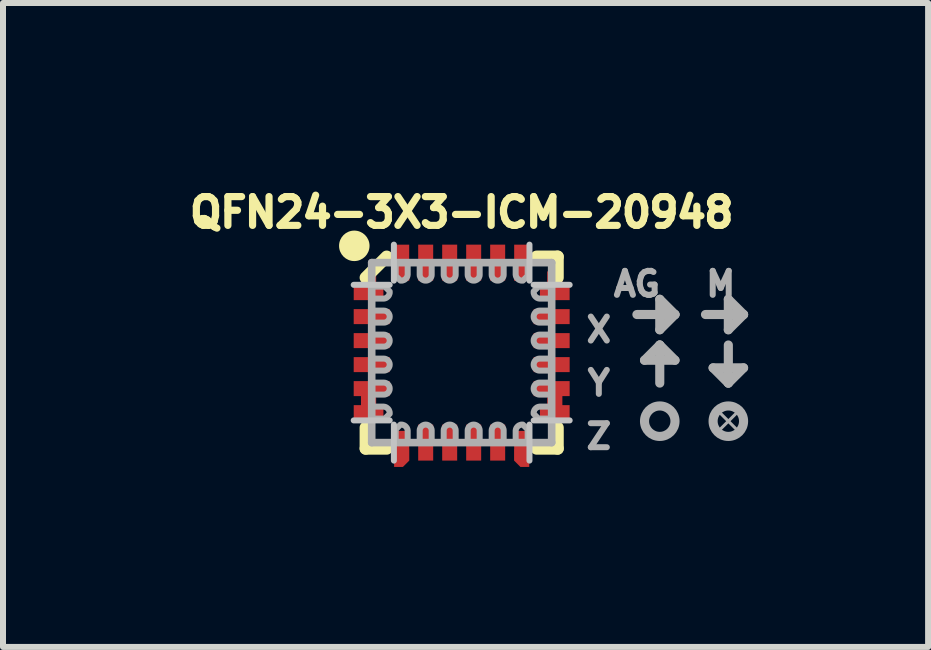
<source format=kicad_pcb>
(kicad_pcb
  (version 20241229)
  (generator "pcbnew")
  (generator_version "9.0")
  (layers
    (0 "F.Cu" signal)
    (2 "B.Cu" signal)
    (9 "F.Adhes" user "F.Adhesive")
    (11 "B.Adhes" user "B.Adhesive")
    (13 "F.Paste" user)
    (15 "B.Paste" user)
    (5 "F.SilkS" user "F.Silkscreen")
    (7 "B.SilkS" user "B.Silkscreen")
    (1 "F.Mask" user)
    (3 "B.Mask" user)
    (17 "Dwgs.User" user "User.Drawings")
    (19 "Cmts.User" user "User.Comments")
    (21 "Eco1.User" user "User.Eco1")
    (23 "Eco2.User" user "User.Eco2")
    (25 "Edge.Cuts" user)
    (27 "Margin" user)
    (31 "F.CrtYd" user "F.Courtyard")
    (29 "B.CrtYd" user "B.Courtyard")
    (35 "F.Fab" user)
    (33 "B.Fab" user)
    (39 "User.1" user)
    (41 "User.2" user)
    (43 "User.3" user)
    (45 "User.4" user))
  (footprint "QFN24-3X3-ICM-20948"
    (layer "F.Cu")
    (at 4.646 2.828)
    (property "Reference" "QFN24-3X3-ICM-20948" (at 0 -2.337 0) (layer "F.SilkS") (effects (font (size 0.48 0.48) (thickness 0.15))))
    (attr through_hole)
    (fp_poly (pts (xy -1.203 -1.226) (xy -1.099 -1.226) (xy -1.099 -0.773) (xy -1.203 -0.773)) (stroke (width 0.01) (type solid)) (fill yes) (layer "F.Mask"))
    (fp_poly (pts (xy -1.203 0.773) (xy -1.099 0.773) (xy -1.099 1.226) (xy -1.203 1.226)) (stroke (width 0.01) (type solid)) (fill yes) (layer "F.Mask"))
    (fp_poly (pts (xy -1.052 -1.377) (xy -0.948 -1.377) (xy -0.948 -0.924) (xy -1.052 -0.924)) (stroke (width 0.01) (type solid)) (fill yes) (layer "F.Mask"))
    (fp_poly (pts (xy -1.052 0.924) (xy -0.948 0.924) (xy -0.948 1.377) (xy -1.052 1.377)) (stroke (width 0.01) (type solid)) (fill yes) (layer "F.Mask"))
    (fp_poly (pts (xy 0.948 -1.377) (xy 1.052 -1.377) (xy 1.052 -0.924) (xy 0.948 -0.924)) (stroke (width 0.01) (type solid)) (fill yes) (layer "F.Mask"))
    (fp_poly (pts (xy 0.948 0.924) (xy 1.052 0.924) (xy 1.052 1.377) (xy 0.948 1.377)) (stroke (width 0.01) (type solid)) (fill yes) (layer "F.Mask"))
    (fp_poly (pts (xy 1.099 -1.226) (xy 1.203 -1.226) (xy 1.203 -0.773) (xy 1.099 -0.773)) (stroke (width 0.01) (type solid)) (fill yes) (layer "F.Mask"))
    (fp_poly (pts (xy 1.099 0.773) (xy 1.203 0.773) (xy 1.203 1.226) (xy 1.099 1.226)) (stroke (width 0.01) (type solid)) (fill yes) (layer "F.Mask"))
    (fp_line (start -1.6 -1.25) (end -1.25 -1.6) (stroke (width 0.203) (type solid)) (layer "F.SilkS"))
    (fp_line (start -1.6 1.25) (end -1.6 1.6) (stroke (width 0.203) (type solid)) (layer "F.SilkS"))
    (fp_line (start -1.6 1.6) (end -1.25 1.6) (stroke (width 0.203) (type solid)) (layer "F.SilkS"))
    (fp_line (start 1.25 1.6) (end 1.6 1.6) (stroke (width 0.203) (type solid)) (layer "F.SilkS"))
    (fp_line (start 1.6 -1.6) (end 1.25 -1.6) (stroke (width 0.203) (type solid)) (layer "F.SilkS"))
    (fp_line (start 1.6 -1.25) (end 1.6 -1.6) (stroke (width 0.203) (type solid)) (layer "F.SilkS"))
    (fp_line (start 1.6 1.6) (end 1.6 1.25) (stroke (width 0.203) (type solid)) (layer "F.SilkS"))
    (fp_circle (center -1.79 -1.78) (end -1.536 -1.78) (stroke (width 0) (type solid)) (fill yes) (layer "F.SilkS"))
    (fp_poly (pts (xy -1.725 -1.125) (xy -1.275 -1.125) (xy -1.275 -0.875) (xy -1.725 -0.875)) (stroke (width 0.01) (type solid)) (fill yes) (layer "F.Paste"))
    (fp_poly (pts (xy -1.725 -0.725) (xy -1.275 -0.725) (xy -1.275 -0.475) (xy -1.725 -0.475)) (stroke (width 0.01) (type solid)) (fill yes) (layer "F.Paste"))
    (fp_poly (pts (xy -1.725 -0.325) (xy -1.275 -0.325) (xy -1.275 -0.075) (xy -1.725 -0.075)) (stroke (width 0.01) (type solid)) (fill yes) (layer "F.Paste"))
    (fp_poly (pts (xy -1.725 0.075) (xy -1.275 0.075) (xy -1.275 0.325) (xy -1.725 0.325)) (stroke (width 0.01) (type solid)) (fill yes) (layer "F.Paste"))
    (fp_poly (pts (xy -1.725 0.475) (xy -1.275 0.475) (xy -1.275 0.725) (xy -1.725 0.725)) (stroke (width 0.01) (type solid)) (fill yes) (layer "F.Paste"))
    (fp_poly (pts (xy -1.725 0.875) (xy -1.275 0.875) (xy -1.275 1.125) (xy -1.725 1.125)) (stroke (width 0.01) (type solid)) (fill yes) (layer "F.Paste"))
    (fp_poly (pts (xy -1.225 -1.625) (xy -0.775 -1.625) (xy -0.775 -1.375) (xy -1.225 -1.375)) (stroke (width 0.01) (type solid)) (fill yes) (layer "F.Paste"))
    (fp_poly (pts (xy -1.225 1.375) (xy -0.775 1.375) (xy -0.775 1.625) (xy -1.225 1.625)) (stroke (width 0.01) (type solid)) (fill yes) (layer "F.Paste"))
    (fp_poly (pts (xy -0.825 -1.625) (xy -0.375 -1.625) (xy -0.375 -1.375) (xy -0.825 -1.375)) (stroke (width 0.01) (type solid)) (fill yes) (layer "F.Paste"))
    (fp_poly (pts (xy -0.825 1.375) (xy -0.375 1.375) (xy -0.375 1.625) (xy -0.825 1.625)) (stroke (width 0.01) (type solid)) (fill yes) (layer "F.Paste"))
    (fp_poly (pts (xy -0.425 -1.625) (xy 0.025 -1.625) (xy 0.025 -1.375) (xy -0.425 -1.375)) (stroke (width 0.01) (type solid)) (fill yes) (layer "F.Paste"))
    (fp_poly (pts (xy -0.425 1.375) (xy 0.025 1.375) (xy 0.025 1.625) (xy -0.425 1.625)) (stroke (width 0.01) (type solid)) (fill yes) (layer "F.Paste"))
    (fp_poly (pts (xy -0.025 -1.625) (xy 0.425 -1.625) (xy 0.425 -1.375) (xy -0.025 -1.375)) (stroke (width 0.01) (type solid)) (fill yes) (layer "F.Paste"))
    (fp_poly (pts (xy -0.025 1.375) (xy 0.425 1.375) (xy 0.425 1.625) (xy -0.025 1.625)) (stroke (width 0.01) (type solid)) (fill yes) (layer "F.Paste"))
    (fp_poly (pts (xy 0.375 -1.625) (xy 0.825 -1.625) (xy 0.825 -1.375) (xy 0.375 -1.375)) (stroke (width 0.01) (type solid)) (fill yes) (layer "F.Paste"))
    (fp_poly (pts (xy 0.375 1.375) (xy 0.825 1.375) (xy 0.825 1.625) (xy 0.375 1.625)) (stroke (width 0.01) (type solid)) (fill yes) (layer "F.Paste"))
    (fp_poly (pts (xy 0.775 -1.625) (xy 1.225 -1.625) (xy 1.225 -1.375) (xy 0.775 -1.375)) (stroke (width 0.01) (type solid)) (fill yes) (layer "F.Paste"))
    (fp_poly (pts (xy 0.775 1.375) (xy 1.225 1.375) (xy 1.225 1.625) (xy 0.775 1.625)) (stroke (width 0.01) (type solid)) (fill yes) (layer "F.Paste"))
    (fp_poly (pts (xy 1.275 -1.125) (xy 1.725 -1.125) (xy 1.725 -0.875) (xy 1.275 -0.875)) (stroke (width 0.01) (type solid)) (fill yes) (layer "F.Paste"))
    (fp_poly (pts (xy 1.275 -0.725) (xy 1.725 -0.725) (xy 1.725 -0.475) (xy 1.275 -0.475)) (stroke (width 0.01) (type solid)) (fill yes) (layer "F.Paste"))
    (fp_poly (pts (xy 1.275 -0.325) (xy 1.725 -0.325) (xy 1.725 -0.075) (xy 1.275 -0.075)) (stroke (width 0.01) (type solid)) (fill yes) (layer "F.Paste"))
    (fp_poly (pts (xy 1.275 0.075) (xy 1.725 0.075) (xy 1.725 0.325) (xy 1.275 0.325)) (stroke (width 0.01) (type solid)) (fill yes) (layer "F.Paste"))
    (fp_poly (pts (xy 1.275 0.475) (xy 1.725 0.475) (xy 1.725 0.725) (xy 1.275 0.725)) (stroke (width 0.01) (type solid)) (fill yes) (layer "F.Paste"))
    (fp_poly (pts (xy 1.275 0.875) (xy 1.725 0.875) (xy 1.725 1.125) (xy 1.275 1.125)) (stroke (width 0.01) (type solid)) (fill yes) (layer "F.Paste"))
    (fp_line (start -1.8 -1.13) (end -1.2 -1.13) (stroke (width 0.1) (type solid)) (layer "Dwgs.User"))
    (fp_line (start -1.2 1.13) (end -1.8 1.13) (stroke (width 0.1) (type solid)) (layer "Dwgs.User"))
    (fp_line (start -1.13 -1.2) (end -1.13 -1.8) (stroke (width 0.1) (type solid)) (layer "Dwgs.User"))
    (fp_line (start -1.13 1.8) (end -1.13 1.2) (stroke (width 0.1) (type solid)) (layer "Dwgs.User"))
    (fp_line (start 1.13 -1.8) (end 1.13 -1.2) (stroke (width 0.1) (type solid)) (layer "Dwgs.User"))
    (fp_line (start 1.13 1.2) (end 1.13 1.8) (stroke (width 0.1) (type solid)) (layer "Dwgs.User"))
    (fp_line (start 1.2 -1.13) (end 1.8 -1.13) (stroke (width 0.1) (type solid)) (layer "Dwgs.User"))
    (fp_line (start 1.8 1.13) (end 1.2 1.13) (stroke (width 0.1) (type solid)) (layer "Dwgs.User"))
    (fp_line (start -1.5 -1.5) (end -1.5 1.5) (stroke (width 0.127) (type solid)) (layer "F.Fab"))
    (fp_line (start -1.5 1.5) (end 1.5 1.5) (stroke (width 0.127) (type solid)) (layer "F.Fab"))
    (fp_line (start 1.5 -1.5) (end -1.5 -1.5) (stroke (width 0.127) (type solid)) (layer "F.Fab"))
    (fp_line (start 1.5 1.5) (end 1.5 -1.5) (stroke (width 0.127) (type solid)) (layer "F.Fab"))
    (fp_line (start 2.921 -0.635) (end 3.556 -0.635) (stroke (width 0.152) (type solid)) (layer "F.Fab"))
    (fp_line (start 3.048 0.127) (end 3.556 0.127) (stroke (width 0.152) (type solid)) (layer "F.Fab"))
    (fp_line (start 3.302 -0.889) (end 3.302 -0.381) (stroke (width 0.152) (type solid)) (layer "F.Fab"))
    (fp_line (start 3.302 -0.381) (end 3.556 -0.635) (stroke (width 0.152) (type solid)) (layer "F.Fab"))
    (fp_line (start 3.302 -0.127) (end 3.048 0.127) (stroke (width 0.152) (type solid)) (layer "F.Fab"))
    (fp_line (start 3.302 0.508) (end 3.302 -0.127) (stroke (width 0.152) (type solid)) (layer "F.Fab"))
    (fp_line (start 3.556 -0.635) (end 3.302 -0.889) (stroke (width 0.152) (type solid)) (layer "F.Fab"))
    (fp_line (start 3.556 0.127) (end 3.302 -0.127) (stroke (width 0.152) (type solid)) (layer "F.Fab"))
    (fp_line (start 4.064 -0.635) (end 4.699 -0.635) (stroke (width 0.152) (type solid)) (layer "F.Fab"))
    (fp_line (start 4.191 0.254) (end 4.445 0.508) (stroke (width 0.152) (type solid)) (layer "F.Fab"))
    (fp_line (start 4.318 1.016) (end 4.572 1.27) (stroke (width 0.051) (type solid)) (layer "F.Fab"))
    (fp_line (start 4.318 1.27) (end 4.572 1.016) (stroke (width 0.051) (type solid)) (layer "F.Fab"))
    (fp_line (start 4.445 -0.889) (end 4.445 -0.381) (stroke (width 0.152) (type solid)) (layer "F.Fab"))
    (fp_line (start 4.445 -0.381) (end 4.699 -0.635) (stroke (width 0.152) (type solid)) (layer "F.Fab"))
    (fp_line (start 4.445 -0.127) (end 4.445 0.508) (stroke (width 0.152) (type solid)) (layer "F.Fab"))
    (fp_line (start 4.445 0.508) (end 4.699 0.254) (stroke (width 0.152) (type solid)) (layer "F.Fab"))
    (fp_line (start 4.699 -0.635) (end 4.445 -0.889) (stroke (width 0.152) (type solid)) (layer "F.Fab"))
    (fp_line (start 4.699 0.254) (end 4.191 0.254) (stroke (width 0.152) (type solid)) (layer "F.Fab"))
    (fp_circle (center 3.302 1.143) (end 3.556 1.143) (stroke (width 0.152) (type solid)) (fill no) (layer "F.Fab"))
    (fp_circle (center 4.445 1.143) (end 4.699 1.143) (stroke (width 0.152) (type solid)) (fill no) (layer "F.Fab"))
    (fp_poly (pts (xy -1.5 -1.1) (xy -1.28 -1.1) (xy -1.2 -1.02) (xy -1.2 -1.014) (xy -1.2 -1.008) (xy -1.2 -1.002) (xy -1.2 -0.997) (xy -1.201 -0.991) (xy -1.202 -0.985) (xy -1.204 -0.98) (xy -1.206 -0.974) (xy -1.208 -0.969) (xy -1.21 -0.963) (xy -1.212 -0.958) (xy -1.215 -0.953) (xy -1.218 -0.948) (xy -1.222 -0.944) (xy -1.225 -0.939) (xy -1.229 -0.935) (xy -1.233 -0.931) (xy -1.238 -0.927) (xy -1.242 -0.923) (xy -1.247 -0.92) (xy -1.251 -0.916) (xy -1.256 -0.913) (xy -1.262 -0.911) (xy -1.267 -0.908) (xy -1.272 -0.906) (xy -1.278 -0.904) (xy -1.283 -0.903) (xy -1.289 -0.902) (xy -1.295 -0.901) (xy -1.3 -0.9) (xy -1.5 -0.9) (xy -1.5 -1.1)) (stroke (width 0.1) (type solid)) (fill no) (layer "F.Fab"))
    (fp_poly (pts (xy -1.5 1.1) (xy -1.28 1.1) (xy -1.2 1.02) (xy -1.2 1.014) (xy -1.2 1.008) (xy -1.2 1.002) (xy -1.2 0.997) (xy -1.201 0.991) (xy -1.202 0.985) (xy -1.204 0.98) (xy -1.206 0.974) (xy -1.208 0.969) (xy -1.21 0.963) (xy -1.212 0.958) (xy -1.215 0.953) (xy -1.218 0.948) (xy -1.222 0.944) (xy -1.225 0.939) (xy -1.229 0.935) (xy -1.233 0.931) (xy -1.238 0.927) (xy -1.242 0.923) (xy -1.247 0.92) (xy -1.251 0.916) (xy -1.256 0.913) (xy -1.262 0.911) (xy -1.267 0.908) (xy -1.272 0.906) (xy -1.278 0.904) (xy -1.283 0.903) (xy -1.289 0.902) (xy -1.295 0.901) (xy -1.3 0.9) (xy -1.5 0.9) (xy -1.5 1.1)) (stroke (width 0.1) (type solid)) (fill no) (layer "F.Fab"))
    (fp_poly (pts (xy -1.1 -1.5) (xy -1.1 -1.28) (xy -1.02 -1.2) (xy -1.014 -1.2) (xy -1.008 -1.2) (xy -1.002 -1.2) (xy -0.997 -1.2) (xy -0.991 -1.201) (xy -0.985 -1.202) (xy -0.98 -1.204) (xy -0.974 -1.206) (xy -0.969 -1.208) (xy -0.963 -1.21) (xy -0.958 -1.212) (xy -0.953 -1.215) (xy -0.948 -1.218) (xy -0.944 -1.222) (xy -0.939 -1.225) (xy -0.935 -1.229) (xy -0.931 -1.233) (xy -0.927 -1.238) (xy -0.923 -1.242) (xy -0.92 -1.247) (xy -0.916 -1.251) (xy -0.913 -1.256) (xy -0.911 -1.262) (xy -0.908 -1.267) (xy -0.906 -1.272) (xy -0.904 -1.278) (xy -0.903 -1.283) (xy -0.902 -1.289) (xy -0.901 -1.295) (xy -0.9 -1.3) (xy -0.9 -1.5) (xy -1.1 -1.5)) (stroke (width 0.1) (type solid)) (fill no) (layer "F.Fab"))
    (fp_poly (pts (xy -1.1 1.5) (xy -1.1 1.28) (xy -1.02 1.2) (xy -1.014 1.2) (xy -1.008 1.2) (xy -1.002 1.2) (xy -0.997 1.2) (xy -0.991 1.201) (xy -0.985 1.202) (xy -0.98 1.204) (xy -0.974 1.206) (xy -0.969 1.208) (xy -0.963 1.21) (xy -0.958 1.212) (xy -0.953 1.215) (xy -0.948 1.218) (xy -0.944 1.222) (xy -0.939 1.225) (xy -0.935 1.229) (xy -0.931 1.233) (xy -0.927 1.238) (xy -0.923 1.242) (xy -0.92 1.247) (xy -0.916 1.251) (xy -0.913 1.256) (xy -0.911 1.262) (xy -0.908 1.267) (xy -0.906 1.272) (xy -0.904 1.278) (xy -0.903 1.283) (xy -0.902 1.289) (xy -0.901 1.295) (xy -0.9 1.3) (xy -0.9 1.5) (xy -1.1 1.5)) (stroke (width 0.1) (type solid)) (fill no) (layer "F.Fab"))
    (fp_poly (pts (xy 1.1 -1.5) (xy 1.1 -1.28) (xy 1.02 -1.2) (xy 1.014 -1.2) (xy 1.008 -1.2) (xy 1.002 -1.2) (xy 0.997 -1.2) (xy 0.991 -1.201) (xy 0.985 -1.202) (xy 0.98 -1.204) (xy 0.974 -1.206) (xy 0.969 -1.208) (xy 0.963 -1.21) (xy 0.958 -1.212) (xy 0.953 -1.215) (xy 0.948 -1.218) (xy 0.944 -1.222) (xy 0.939 -1.225) (xy 0.935 -1.229) (xy 0.931 -1.233) (xy 0.927 -1.238) (xy 0.923 -1.242) (xy 0.92 -1.247) (xy 0.916 -1.251) (xy 0.913 -1.256) (xy 0.911 -1.262) (xy 0.908 -1.267) (xy 0.906 -1.272) (xy 0.904 -1.278) (xy 0.903 -1.283) (xy 0.902 -1.289) (xy 0.901 -1.295) (xy 0.9 -1.3) (xy 0.9 -1.5) (xy 1.1 -1.5)) (stroke (width 0.1) (type solid)) (fill no) (layer "F.Fab"))
    (fp_poly (pts (xy 1.1 1.5) (xy 1.1 1.28) (xy 1.02 1.2) (xy 1.014 1.2) (xy 1.008 1.2) (xy 1.002 1.2) (xy 0.997 1.2) (xy 0.991 1.201) (xy 0.985 1.202) (xy 0.98 1.204) (xy 0.974 1.206) (xy 0.969 1.208) (xy 0.963 1.21) (xy 0.958 1.212) (xy 0.953 1.215) (xy 0.948 1.218) (xy 0.944 1.222) (xy 0.939 1.225) (xy 0.935 1.229) (xy 0.931 1.233) (xy 0.927 1.238) (xy 0.923 1.242) (xy 0.92 1.247) (xy 0.916 1.251) (xy 0.913 1.256) (xy 0.911 1.262) (xy 0.908 1.267) (xy 0.906 1.272) (xy 0.904 1.278) (xy 0.903 1.283) (xy 0.902 1.289) (xy 0.901 1.295) (xy 0.9 1.3) (xy 0.9 1.5) (xy 1.1 1.5)) (stroke (width 0.1) (type solid)) (fill no) (layer "F.Fab"))
    (fp_poly (pts (xy 1.5 -1.1) (xy 1.28 -1.1) (xy 1.2 -1.02) (xy 1.2 -1.014) (xy 1.2 -1.008) (xy 1.2 -1.002) (xy 1.2 -0.997) (xy 1.201 -0.991) (xy 1.202 -0.985) (xy 1.204 -0.98) (xy 1.206 -0.974) (xy 1.208 -0.969) (xy 1.21 -0.963) (xy 1.212 -0.958) (xy 1.215 -0.953) (xy 1.218 -0.948) (xy 1.222 -0.944) (xy 1.225 -0.939) (xy 1.229 -0.935) (xy 1.233 -0.931) (xy 1.238 -0.927) (xy 1.242 -0.923) (xy 1.247 -0.92) (xy 1.251 -0.916) (xy 1.256 -0.913) (xy 1.262 -0.911) (xy 1.267 -0.908) (xy 1.272 -0.906) (xy 1.278 -0.904) (xy 1.283 -0.903) (xy 1.289 -0.902) (xy 1.295 -0.901) (xy 1.3 -0.9) (xy 1.5 -0.9) (xy 1.5 -1.1)) (stroke (width 0.1) (type solid)) (fill no) (layer "F.Fab"))
    (fp_poly (pts (xy 1.5 1.1) (xy 1.28 1.1) (xy 1.2 1.02) (xy 1.2 1.014) (xy 1.2 1.008) (xy 1.2 1.002) (xy 1.2 0.997) (xy 1.201 0.991) (xy 1.202 0.985) (xy 1.204 0.98) (xy 1.206 0.974) (xy 1.208 0.969) (xy 1.21 0.963) (xy 1.212 0.958) (xy 1.215 0.953) (xy 1.218 0.948) (xy 1.222 0.944) (xy 1.225 0.939) (xy 1.229 0.935) (xy 1.233 0.931) (xy 1.238 0.927) (xy 1.242 0.923) (xy 1.247 0.92) (xy 1.251 0.916) (xy 1.256 0.913) (xy 1.262 0.911) (xy 1.267 0.908) (xy 1.272 0.906) (xy 1.278 0.904) (xy 1.283 0.903) (xy 1.289 0.902) (xy 1.295 0.901) (xy 1.3 0.9) (xy 1.5 0.9) (xy 1.5 1.1)) (stroke (width 0.1) (type solid)) (fill no) (layer "F.Fab"))
    (fp_poly (pts (xy -1.5 -0.7) (xy -1.3 -0.7) (xy -1.295 -0.7) (xy -1.29 -0.699) (xy -1.284 -0.699) (xy -1.279 -0.698) (xy -1.274 -0.697) (xy -1.269 -0.695) (xy -1.264 -0.693) (xy -1.259 -0.691) (xy -1.255 -0.689) (xy -1.25 -0.687) (xy -1.246 -0.684) (xy -1.241 -0.681) (xy -1.237 -0.678) (xy -1.233 -0.674) (xy -1.229 -0.671) (xy -1.226 -0.667) (xy -1.222 -0.663) (xy -1.219 -0.659) (xy -1.216 -0.654) (xy -1.213 -0.65) (xy -1.211 -0.645) (xy -1.209 -0.641) (xy -1.207 -0.636) (xy -1.205 -0.631) (xy -1.203 -0.626) (xy -1.202 -0.621) (xy -1.201 -0.616) (xy -1.201 -0.61) (xy -1.2 -0.605) (xy -1.2 -0.6) (xy -1.2 -0.595) (xy -1.201 -0.59) (xy -1.201 -0.584) (xy -1.202 -0.579) (xy -1.203 -0.574) (xy -1.205 -0.569) (xy -1.207 -0.564) (xy -1.209 -0.559) (xy -1.211 -0.555) (xy -1.213 -0.55) (xy -1.216 -0.546) (xy -1.219 -0.541) (xy -1.222 -0.537) (xy -1.226 -0.533) (xy -1.229 -0.529) (xy -1.233 -0.526) (xy -1.237 -0.522) (xy -1.241 -0.519) (xy -1.246 -0.516) (xy -1.25 -0.513) (xy -1.255 -0.511) (xy -1.259 -0.509) (xy -1.264 -0.507) (xy -1.269 -0.505) (xy -1.274 -0.503) (xy -1.279 -0.502) (xy -1.284 -0.501) (xy -1.29 -0.501) (xy -1.295 -0.5) (xy -1.3 -0.5) (xy -1.5 -0.5) (xy -1.5 -0.7)) (stroke (width 0.1) (type solid)) (fill no) (layer "F.Fab"))
    (fp_poly (pts (xy -1.5 -0.3) (xy -1.3 -0.3) (xy -1.295 -0.3) (xy -1.29 -0.299) (xy -1.284 -0.299) (xy -1.279 -0.298) (xy -1.274 -0.297) (xy -1.269 -0.295) (xy -1.264 -0.293) (xy -1.259 -0.291) (xy -1.255 -0.289) (xy -1.25 -0.287) (xy -1.246 -0.284) (xy -1.241 -0.281) (xy -1.237 -0.278) (xy -1.233 -0.274) (xy -1.229 -0.271) (xy -1.226 -0.267) (xy -1.222 -0.263) (xy -1.219 -0.259) (xy -1.216 -0.254) (xy -1.213 -0.25) (xy -1.211 -0.245) (xy -1.209 -0.241) (xy -1.207 -0.236) (xy -1.205 -0.231) (xy -1.203 -0.226) (xy -1.202 -0.221) (xy -1.201 -0.216) (xy -1.201 -0.21) (xy -1.2 -0.205) (xy -1.2 -0.2) (xy -1.2 -0.195) (xy -1.201 -0.19) (xy -1.201 -0.184) (xy -1.202 -0.179) (xy -1.203 -0.174) (xy -1.205 -0.169) (xy -1.207 -0.164) (xy -1.209 -0.159) (xy -1.211 -0.155) (xy -1.213 -0.15) (xy -1.216 -0.146) (xy -1.219 -0.141) (xy -1.222 -0.137) (xy -1.226 -0.133) (xy -1.229 -0.129) (xy -1.233 -0.126) (xy -1.237 -0.122) (xy -1.241 -0.119) (xy -1.246 -0.116) (xy -1.25 -0.113) (xy -1.255 -0.111) (xy -1.259 -0.109) (xy -1.264 -0.107) (xy -1.269 -0.105) (xy -1.274 -0.103) (xy -1.279 -0.102) (xy -1.284 -0.101) (xy -1.29 -0.101) (xy -1.295 -0.1) (xy -1.3 -0.1) (xy -1.5 -0.1) (xy -1.5 -0.3)) (stroke (width 0.1) (type solid)) (fill no) (layer "F.Fab"))
    (fp_poly (pts (xy -1.5 0.1) (xy -1.3 0.1) (xy -1.295 0.1) (xy -1.29 0.101) (xy -1.284 0.101) (xy -1.279 0.102) (xy -1.274 0.103) (xy -1.269 0.105) (xy -1.264 0.107) (xy -1.259 0.109) (xy -1.255 0.111) (xy -1.25 0.113) (xy -1.246 0.116) (xy -1.241 0.119) (xy -1.237 0.122) (xy -1.233 0.126) (xy -1.229 0.129) (xy -1.226 0.133) (xy -1.222 0.137) (xy -1.219 0.141) (xy -1.216 0.146) (xy -1.213 0.15) (xy -1.211 0.155) (xy -1.209 0.159) (xy -1.207 0.164) (xy -1.205 0.169) (xy -1.203 0.174) (xy -1.202 0.179) (xy -1.201 0.184) (xy -1.201 0.19) (xy -1.2 0.195) (xy -1.2 0.2) (xy -1.2 0.205) (xy -1.201 0.21) (xy -1.201 0.216) (xy -1.202 0.221) (xy -1.203 0.226) (xy -1.205 0.231) (xy -1.207 0.236) (xy -1.209 0.241) (xy -1.211 0.245) (xy -1.213 0.25) (xy -1.216 0.254) (xy -1.219 0.259) (xy -1.222 0.263) (xy -1.226 0.267) (xy -1.229 0.271) (xy -1.233 0.274) (xy -1.237 0.278) (xy -1.241 0.281) (xy -1.246 0.284) (xy -1.25 0.287) (xy -1.255 0.289) (xy -1.259 0.291) (xy -1.264 0.293) (xy -1.269 0.295) (xy -1.274 0.297) (xy -1.279 0.298) (xy -1.284 0.299) (xy -1.29 0.299) (xy -1.295 0.3) (xy -1.3 0.3) (xy -1.5 0.3) (xy -1.5 0.1)) (stroke (width 0.1) (type solid)) (fill no) (layer "F.Fab"))
    (fp_poly (pts (xy -1.5 0.5) (xy -1.3 0.5) (xy -1.295 0.5) (xy -1.29 0.501) (xy -1.284 0.501) (xy -1.279 0.502) (xy -1.274 0.503) (xy -1.269 0.505) (xy -1.264 0.507) (xy -1.259 0.509) (xy -1.255 0.511) (xy -1.25 0.513) (xy -1.246 0.516) (xy -1.241 0.519) (xy -1.237 0.522) (xy -1.233 0.526) (xy -1.229 0.529) (xy -1.226 0.533) (xy -1.222 0.537) (xy -1.219 0.541) (xy -1.216 0.546) (xy -1.213 0.55) (xy -1.211 0.555) (xy -1.209 0.559) (xy -1.207 0.564) (xy -1.205 0.569) (xy -1.203 0.574) (xy -1.202 0.579) (xy -1.201 0.584) (xy -1.201 0.59) (xy -1.2 0.595) (xy -1.2 0.6) (xy -1.2 0.605) (xy -1.201 0.61) (xy -1.201 0.616) (xy -1.202 0.621) (xy -1.203 0.626) (xy -1.205 0.631) (xy -1.207 0.636) (xy -1.209 0.641) (xy -1.211 0.645) (xy -1.213 0.65) (xy -1.216 0.654) (xy -1.219 0.659) (xy -1.222 0.663) (xy -1.226 0.667) (xy -1.229 0.671) (xy -1.233 0.674) (xy -1.237 0.678) (xy -1.241 0.681) (xy -1.246 0.684) (xy -1.25 0.687) (xy -1.255 0.689) (xy -1.259 0.691) (xy -1.264 0.693) (xy -1.269 0.695) (xy -1.274 0.697) (xy -1.279 0.698) (xy -1.284 0.699) (xy -1.29 0.699) (xy -1.295 0.7) (xy -1.3 0.7) (xy -1.5 0.7) (xy -1.5 0.5)) (stroke (width 0.1) (type solid)) (fill no) (layer "F.Fab"))
    (fp_poly (pts (xy -0.7 1.5) (xy -0.7 1.3) (xy -0.7 1.295) (xy -0.699 1.29) (xy -0.699 1.284) (xy -0.698 1.279) (xy -0.697 1.274) (xy -0.695 1.269) (xy -0.693 1.264) (xy -0.691 1.259) (xy -0.689 1.255) (xy -0.687 1.25) (xy -0.684 1.246) (xy -0.681 1.241) (xy -0.678 1.237) (xy -0.674 1.233) (xy -0.671 1.229) (xy -0.667 1.226) (xy -0.663 1.222) (xy -0.659 1.219) (xy -0.654 1.216) (xy -0.65 1.213) (xy -0.645 1.211) (xy -0.641 1.209) (xy -0.636 1.207) (xy -0.631 1.205) (xy -0.626 1.203) (xy -0.621 1.202) (xy -0.616 1.201) (xy -0.61 1.201) (xy -0.605 1.2) (xy -0.6 1.2) (xy -0.595 1.2) (xy -0.59 1.201) (xy -0.584 1.201) (xy -0.579 1.202) (xy -0.574 1.203) (xy -0.569 1.205) (xy -0.564 1.207) (xy -0.559 1.209) (xy -0.555 1.211) (xy -0.55 1.213) (xy -0.546 1.216) (xy -0.541 1.219) (xy -0.537 1.222) (xy -0.533 1.226) (xy -0.529 1.229) (xy -0.526 1.233) (xy -0.522 1.237) (xy -0.519 1.241) (xy -0.516 1.246) (xy -0.513 1.25) (xy -0.511 1.255) (xy -0.509 1.259) (xy -0.507 1.264) (xy -0.505 1.269) (xy -0.503 1.274) (xy -0.502 1.279) (xy -0.501 1.284) (xy -0.501 1.29) (xy -0.5 1.295) (xy -0.5 1.3) (xy -0.5 1.5) (xy -0.7 1.5)) (stroke (width 0.1) (type solid)) (fill no) (layer "F.Fab"))
    (fp_poly (pts (xy -0.5 -1.5) (xy -0.5 -1.3) (xy -0.5 -1.295) (xy -0.501 -1.29) (xy -0.501 -1.284) (xy -0.502 -1.279) (xy -0.503 -1.274) (xy -0.505 -1.269) (xy -0.507 -1.264) (xy -0.509 -1.259) (xy -0.511 -1.255) (xy -0.513 -1.25) (xy -0.516 -1.246) (xy -0.519 -1.241) (xy -0.522 -1.237) (xy -0.526 -1.233) (xy -0.529 -1.229) (xy -0.533 -1.226) (xy -0.537 -1.222) (xy -0.541 -1.219) (xy -0.546 -1.216) (xy -0.55 -1.213) (xy -0.555 -1.211) (xy -0.559 -1.209) (xy -0.564 -1.207) (xy -0.569 -1.205) (xy -0.574 -1.203) (xy -0.579 -1.202) (xy -0.584 -1.201) (xy -0.59 -1.201) (xy -0.595 -1.2) (xy -0.6 -1.2) (xy -0.605 -1.2) (xy -0.61 -1.201) (xy -0.616 -1.201) (xy -0.621 -1.202) (xy -0.626 -1.203) (xy -0.631 -1.205) (xy -0.636 -1.207) (xy -0.641 -1.209) (xy -0.645 -1.211) (xy -0.65 -1.213) (xy -0.654 -1.216) (xy -0.659 -1.219) (xy -0.663 -1.222) (xy -0.667 -1.226) (xy -0.671 -1.229) (xy -0.674 -1.233) (xy -0.678 -1.237) (xy -0.681 -1.241) (xy -0.684 -1.246) (xy -0.687 -1.25) (xy -0.689 -1.255) (xy -0.691 -1.259) (xy -0.693 -1.264) (xy -0.695 -1.269) (xy -0.697 -1.274) (xy -0.698 -1.279) (xy -0.699 -1.284) (xy -0.699 -1.29) (xy -0.7 -1.295) (xy -0.7 -1.3) (xy -0.7 -1.5) (xy -0.5 -1.5)) (stroke (width 0.1) (type solid)) (fill no) (layer "F.Fab"))
    (fp_poly (pts (xy -0.3 1.5) (xy -0.3 1.3) (xy -0.3 1.295) (xy -0.299 1.29) (xy -0.299 1.284) (xy -0.298 1.279) (xy -0.297 1.274) (xy -0.295 1.269) (xy -0.293 1.264) (xy -0.291 1.259) (xy -0.289 1.255) (xy -0.287 1.25) (xy -0.284 1.246) (xy -0.281 1.241) (xy -0.278 1.237) (xy -0.274 1.233) (xy -0.271 1.229) (xy -0.267 1.226) (xy -0.263 1.222) (xy -0.259 1.219) (xy -0.254 1.216) (xy -0.25 1.213) (xy -0.245 1.211) (xy -0.241 1.209) (xy -0.236 1.207) (xy -0.231 1.205) (xy -0.226 1.203) (xy -0.221 1.202) (xy -0.216 1.201) (xy -0.21 1.201) (xy -0.205 1.2) (xy -0.2 1.2) (xy -0.195 1.2) (xy -0.19 1.201) (xy -0.184 1.201) (xy -0.179 1.202) (xy -0.174 1.203) (xy -0.169 1.205) (xy -0.164 1.207) (xy -0.159 1.209) (xy -0.155 1.211) (xy -0.15 1.213) (xy -0.146 1.216) (xy -0.141 1.219) (xy -0.137 1.222) (xy -0.133 1.226) (xy -0.129 1.229) (xy -0.126 1.233) (xy -0.122 1.237) (xy -0.119 1.241) (xy -0.116 1.246) (xy -0.113 1.25) (xy -0.111 1.255) (xy -0.109 1.259) (xy -0.107 1.264) (xy -0.105 1.269) (xy -0.103 1.274) (xy -0.102 1.279) (xy -0.101 1.284) (xy -0.101 1.29) (xy -0.1 1.295) (xy -0.1 1.3) (xy -0.1 1.5) (xy -0.3 1.5)) (stroke (width 0.1) (type solid)) (fill no) (layer "F.Fab"))
    (fp_poly (pts (xy -0.1 -1.5) (xy -0.1 -1.3) (xy -0.1 -1.295) (xy -0.101 -1.29) (xy -0.101 -1.284) (xy -0.102 -1.279) (xy -0.103 -1.274) (xy -0.105 -1.269) (xy -0.107 -1.264) (xy -0.109 -1.259) (xy -0.111 -1.255) (xy -0.113 -1.25) (xy -0.116 -1.246) (xy -0.119 -1.241) (xy -0.122 -1.237) (xy -0.126 -1.233) (xy -0.129 -1.229) (xy -0.133 -1.226) (xy -0.137 -1.222) (xy -0.141 -1.219) (xy -0.146 -1.216) (xy -0.15 -1.213) (xy -0.155 -1.211) (xy -0.159 -1.209) (xy -0.164 -1.207) (xy -0.169 -1.205) (xy -0.174 -1.203) (xy -0.179 -1.202) (xy -0.184 -1.201) (xy -0.19 -1.201) (xy -0.195 -1.2) (xy -0.2 -1.2) (xy -0.205 -1.2) (xy -0.21 -1.201) (xy -0.216 -1.201) (xy -0.221 -1.202) (xy -0.226 -1.203) (xy -0.231 -1.205) (xy -0.236 -1.207) (xy -0.241 -1.209) (xy -0.245 -1.211) (xy -0.25 -1.213) (xy -0.254 -1.216) (xy -0.259 -1.219) (xy -0.263 -1.222) (xy -0.267 -1.226) (xy -0.271 -1.229) (xy -0.274 -1.233) (xy -0.278 -1.237) (xy -0.281 -1.241) (xy -0.284 -1.246) (xy -0.287 -1.25) (xy -0.289 -1.255) (xy -0.291 -1.259) (xy -0.293 -1.264) (xy -0.295 -1.269) (xy -0.297 -1.274) (xy -0.298 -1.279) (xy -0.299 -1.284) (xy -0.299 -1.29) (xy -0.3 -1.295) (xy -0.3 -1.3) (xy -0.3 -1.5) (xy -0.1 -1.5)) (stroke (width 0.1) (type solid)) (fill no) (layer "F.Fab"))
    (fp_poly (pts (xy 0.1 1.5) (xy 0.1 1.3) (xy 0.1 1.295) (xy 0.101 1.29) (xy 0.101 1.284) (xy 0.102 1.279) (xy 0.103 1.274) (xy 0.105 1.269) (xy 0.107 1.264) (xy 0.109 1.259) (xy 0.111 1.255) (xy 0.113 1.25) (xy 0.116 1.246) (xy 0.119 1.241) (xy 0.122 1.237) (xy 0.126 1.233) (xy 0.129 1.229) (xy 0.133 1.226) (xy 0.137 1.222) (xy 0.141 1.219) (xy 0.146 1.216) (xy 0.15 1.213) (xy 0.155 1.211) (xy 0.159 1.209) (xy 0.164 1.207) (xy 0.169 1.205) (xy 0.174 1.203) (xy 0.179 1.202) (xy 0.184 1.201) (xy 0.19 1.201) (xy 0.195 1.2) (xy 0.2 1.2) (xy 0.205 1.2) (xy 0.21 1.201) (xy 0.216 1.201) (xy 0.221 1.202) (xy 0.226 1.203) (xy 0.231 1.205) (xy 0.236 1.207) (xy 0.241 1.209) (xy 0.245 1.211) (xy 0.25 1.213) (xy 0.254 1.216) (xy 0.259 1.219) (xy 0.263 1.222) (xy 0.267 1.226) (xy 0.271 1.229) (xy 0.274 1.233) (xy 0.278 1.237) (xy 0.281 1.241) (xy 0.284 1.246) (xy 0.287 1.25) (xy 0.289 1.255) (xy 0.291 1.259) (xy 0.293 1.264) (xy 0.295 1.269) (xy 0.297 1.274) (xy 0.298 1.279) (xy 0.299 1.284) (xy 0.299 1.29) (xy 0.3 1.295) (xy 0.3 1.3) (xy 0.3 1.5) (xy 0.1 1.5)) (stroke (width 0.1) (type solid)) (fill no) (layer "F.Fab"))
    (fp_poly (pts (xy 0.3 -1.5) (xy 0.3 -1.3) (xy 0.3 -1.295) (xy 0.299 -1.29) (xy 0.299 -1.284) (xy 0.298 -1.279) (xy 0.297 -1.274) (xy 0.295 -1.269) (xy 0.293 -1.264) (xy 0.291 -1.259) (xy 0.289 -1.255) (xy 0.287 -1.25) (xy 0.284 -1.246) (xy 0.281 -1.241) (xy 0.278 -1.237) (xy 0.274 -1.233) (xy 0.271 -1.229) (xy 0.267 -1.226) (xy 0.263 -1.222) (xy 0.259 -1.219) (xy 0.254 -1.216) (xy 0.25 -1.213) (xy 0.245 -1.211) (xy 0.241 -1.209) (xy 0.236 -1.207) (xy 0.231 -1.205) (xy 0.226 -1.203) (xy 0.221 -1.202) (xy 0.216 -1.201) (xy 0.21 -1.201) (xy 0.205 -1.2) (xy 0.2 -1.2) (xy 0.195 -1.2) (xy 0.19 -1.201) (xy 0.184 -1.201) (xy 0.179 -1.202) (xy 0.174 -1.203) (xy 0.169 -1.205) (xy 0.164 -1.207) (xy 0.159 -1.209) (xy 0.155 -1.211) (xy 0.15 -1.213) (xy 0.146 -1.216) (xy 0.141 -1.219) (xy 0.137 -1.222) (xy 0.133 -1.226) (xy 0.129 -1.229) (xy 0.126 -1.233) (xy 0.122 -1.237) (xy 0.119 -1.241) (xy 0.116 -1.246) (xy 0.113 -1.25) (xy 0.111 -1.255) (xy 0.109 -1.259) (xy 0.107 -1.264) (xy 0.105 -1.269) (xy 0.103 -1.274) (xy 0.102 -1.279) (xy 0.101 -1.284) (xy 0.101 -1.29) (xy 0.1 -1.295) (xy 0.1 -1.3) (xy 0.1 -1.5) (xy 0.3 -1.5)) (stroke (width 0.1) (type solid)) (fill no) (layer "F.Fab"))
    (fp_poly (pts (xy 0.5 1.5) (xy 0.5 1.3) (xy 0.5 1.295) (xy 0.501 1.29) (xy 0.501 1.284) (xy 0.502 1.279) (xy 0.503 1.274) (xy 0.505 1.269) (xy 0.507 1.264) (xy 0.509 1.259) (xy 0.511 1.255) (xy 0.513 1.25) (xy 0.516 1.246) (xy 0.519 1.241) (xy 0.522 1.237) (xy 0.526 1.233) (xy 0.529 1.229) (xy 0.533 1.226) (xy 0.537 1.222) (xy 0.541 1.219) (xy 0.546 1.216) (xy 0.55 1.213) (xy 0.555 1.211) (xy 0.559 1.209) (xy 0.564 1.207) (xy 0.569 1.205) (xy 0.574 1.203) (xy 0.579 1.202) (xy 0.584 1.201) (xy 0.59 1.201) (xy 0.595 1.2) (xy 0.6 1.2) (xy 0.605 1.2) (xy 0.61 1.201) (xy 0.616 1.201) (xy 0.621 1.202) (xy 0.626 1.203) (xy 0.631 1.205) (xy 0.636 1.207) (xy 0.641 1.209) (xy 0.645 1.211) (xy 0.65 1.213) (xy 0.654 1.216) (xy 0.659 1.219) (xy 0.663 1.222) (xy 0.667 1.226) (xy 0.671 1.229) (xy 0.674 1.233) (xy 0.678 1.237) (xy 0.681 1.241) (xy 0.684 1.246) (xy 0.687 1.25) (xy 0.689 1.255) (xy 0.691 1.259) (xy 0.693 1.264) (xy 0.695 1.269) (xy 0.697 1.274) (xy 0.698 1.279) (xy 0.699 1.284) (xy 0.699 1.29) (xy 0.7 1.295) (xy 0.7 1.3) (xy 0.7 1.5) (xy 0.5 1.5)) (stroke (width 0.1) (type solid)) (fill no) (layer "F.Fab"))
    (fp_poly (pts (xy 0.7 -1.5) (xy 0.7 -1.3) (xy 0.7 -1.295) (xy 0.699 -1.29) (xy 0.699 -1.284) (xy 0.698 -1.279) (xy 0.697 -1.274) (xy 0.695 -1.269) (xy 0.693 -1.264) (xy 0.691 -1.259) (xy 0.689 -1.255) (xy 0.687 -1.25) (xy 0.684 -1.246) (xy 0.681 -1.241) (xy 0.678 -1.237) (xy 0.674 -1.233) (xy 0.671 -1.229) (xy 0.667 -1.226) (xy 0.663 -1.222) (xy 0.659 -1.219) (xy 0.654 -1.216) (xy 0.65 -1.213) (xy 0.645 -1.211) (xy 0.641 -1.209) (xy 0.636 -1.207) (xy 0.631 -1.205) (xy 0.626 -1.203) (xy 0.621 -1.202) (xy 0.616 -1.201) (xy 0.61 -1.201) (xy 0.605 -1.2) (xy 0.6 -1.2) (xy 0.595 -1.2) (xy 0.59 -1.201) (xy 0.584 -1.201) (xy 0.579 -1.202) (xy 0.574 -1.203) (xy 0.569 -1.205) (xy 0.564 -1.207) (xy 0.559 -1.209) (xy 0.555 -1.211) (xy 0.55 -1.213) (xy 0.546 -1.216) (xy 0.541 -1.219) (xy 0.537 -1.222) (xy 0.533 -1.226) (xy 0.529 -1.229) (xy 0.526 -1.233) (xy 0.522 -1.237) (xy 0.519 -1.241) (xy 0.516 -1.246) (xy 0.513 -1.25) (xy 0.511 -1.255) (xy 0.509 -1.259) (xy 0.507 -1.264) (xy 0.505 -1.269) (xy 0.503 -1.274) (xy 0.502 -1.279) (xy 0.501 -1.284) (xy 0.501 -1.29) (xy 0.5 -1.295) (xy 0.5 -1.3) (xy 0.5 -1.5) (xy 0.7 -1.5)) (stroke (width 0.1) (type solid)) (fill no) (layer "F.Fab"))
    (fp_poly (pts (xy 1.5 -0.5) (xy 1.3 -0.5) (xy 1.295 -0.5) (xy 1.29 -0.501) (xy 1.284 -0.501) (xy 1.279 -0.502) (xy 1.274 -0.503) (xy 1.269 -0.505) (xy 1.264 -0.507) (xy 1.259 -0.509) (xy 1.255 -0.511) (xy 1.25 -0.513) (xy 1.246 -0.516) (xy 1.241 -0.519) (xy 1.237 -0.522) (xy 1.233 -0.526) (xy 1.229 -0.529) (xy 1.226 -0.533) (xy 1.222 -0.537) (xy 1.219 -0.541) (xy 1.216 -0.546) (xy 1.213 -0.55) (xy 1.211 -0.555) (xy 1.209 -0.559) (xy 1.207 -0.564) (xy 1.205 -0.569) (xy 1.203 -0.574) (xy 1.202 -0.579) (xy 1.201 -0.584) (xy 1.201 -0.59) (xy 1.2 -0.595) (xy 1.2 -0.6) (xy 1.2 -0.605) (xy 1.201 -0.61) (xy 1.201 -0.616) (xy 1.202 -0.621) (xy 1.203 -0.626) (xy 1.205 -0.631) (xy 1.207 -0.636) (xy 1.209 -0.641) (xy 1.211 -0.645) (xy 1.213 -0.65) (xy 1.216 -0.654) (xy 1.219 -0.659) (xy 1.222 -0.663) (xy 1.226 -0.667) (xy 1.229 -0.671) (xy 1.233 -0.674) (xy 1.237 -0.678) (xy 1.241 -0.681) (xy 1.246 -0.684) (xy 1.25 -0.687) (xy 1.255 -0.689) (xy 1.259 -0.691) (xy 1.264 -0.693) (xy 1.269 -0.695) (xy 1.274 -0.697) (xy 1.279 -0.698) (xy 1.284 -0.699) (xy 1.29 -0.699) (xy 1.295 -0.7) (xy 1.3 -0.7) (xy 1.5 -0.7) (xy 1.5 -0.5)) (stroke (width 0.1) (type solid)) (fill no) (layer "F.Fab"))
    (fp_poly (pts (xy 1.5 -0.1) (xy 1.3 -0.1) (xy 1.295 -0.1) (xy 1.29 -0.101) (xy 1.284 -0.101) (xy 1.279 -0.102) (xy 1.274 -0.103) (xy 1.269 -0.105) (xy 1.264 -0.107) (xy 1.259 -0.109) (xy 1.255 -0.111) (xy 1.25 -0.113) (xy 1.246 -0.116) (xy 1.241 -0.119) (xy 1.237 -0.122) (xy 1.233 -0.126) (xy 1.229 -0.129) (xy 1.226 -0.133) (xy 1.222 -0.137) (xy 1.219 -0.141) (xy 1.216 -0.146) (xy 1.213 -0.15) (xy 1.211 -0.155) (xy 1.209 -0.159) (xy 1.207 -0.164) (xy 1.205 -0.169) (xy 1.203 -0.174) (xy 1.202 -0.179) (xy 1.201 -0.184) (xy 1.201 -0.19) (xy 1.2 -0.195) (xy 1.2 -0.2) (xy 1.2 -0.205) (xy 1.201 -0.21) (xy 1.201 -0.216) (xy 1.202 -0.221) (xy 1.203 -0.226) (xy 1.205 -0.231) (xy 1.207 -0.236) (xy 1.209 -0.241) (xy 1.211 -0.245) (xy 1.213 -0.25) (xy 1.216 -0.254) (xy 1.219 -0.259) (xy 1.222 -0.263) (xy 1.226 -0.267) (xy 1.229 -0.271) (xy 1.233 -0.274) (xy 1.237 -0.278) (xy 1.241 -0.281) (xy 1.246 -0.284) (xy 1.25 -0.287) (xy 1.255 -0.289) (xy 1.259 -0.291) (xy 1.264 -0.293) (xy 1.269 -0.295) (xy 1.274 -0.297) (xy 1.279 -0.298) (xy 1.284 -0.299) (xy 1.29 -0.299) (xy 1.295 -0.3) (xy 1.3 -0.3) (xy 1.5 -0.3) (xy 1.5 -0.1)) (stroke (width 0.1) (type solid)) (fill no) (layer "F.Fab"))
    (fp_poly (pts (xy 1.5 0.3) (xy 1.3 0.3) (xy 1.295 0.3) (xy 1.29 0.299) (xy 1.284 0.299) (xy 1.279 0.298) (xy 1.274 0.297) (xy 1.269 0.295) (xy 1.264 0.293) (xy 1.259 0.291) (xy 1.255 0.289) (xy 1.25 0.287) (xy 1.246 0.284) (xy 1.241 0.281) (xy 1.237 0.278) (xy 1.233 0.274) (xy 1.229 0.271) (xy 1.226 0.267) (xy 1.222 0.263) (xy 1.219 0.259) (xy 1.216 0.254) (xy 1.213 0.25) (xy 1.211 0.245) (xy 1.209 0.241) (xy 1.207 0.236) (xy 1.205 0.231) (xy 1.203 0.226) (xy 1.202 0.221) (xy 1.201 0.216) (xy 1.201 0.21) (xy 1.2 0.205) (xy 1.2 0.2) (xy 1.2 0.195) (xy 1.201 0.19) (xy 1.201 0.184) (xy 1.202 0.179) (xy 1.203 0.174) (xy 1.205 0.169) (xy 1.207 0.164) (xy 1.209 0.159) (xy 1.211 0.155) (xy 1.213 0.15) (xy 1.216 0.146) (xy 1.219 0.141) (xy 1.222 0.137) (xy 1.226 0.133) (xy 1.229 0.129) (xy 1.233 0.126) (xy 1.237 0.122) (xy 1.241 0.119) (xy 1.246 0.116) (xy 1.25 0.113) (xy 1.255 0.111) (xy 1.259 0.109) (xy 1.264 0.107) (xy 1.269 0.105) (xy 1.274 0.103) (xy 1.279 0.102) (xy 1.284 0.101) (xy 1.29 0.101) (xy 1.295 0.1) (xy 1.3 0.1) (xy 1.5 0.1) (xy 1.5 0.3)) (stroke (width 0.1) (type solid)) (fill no) (layer "F.Fab"))
    (fp_poly (pts (xy 1.5 0.7) (xy 1.3 0.7) (xy 1.295 0.7) (xy 1.29 0.699) (xy 1.284 0.699) (xy 1.279 0.698) (xy 1.274 0.697) (xy 1.269 0.695) (xy 1.264 0.693) (xy 1.259 0.691) (xy 1.255 0.689) (xy 1.25 0.687) (xy 1.246 0.684) (xy 1.241 0.681) (xy 1.237 0.678) (xy 1.233 0.674) (xy 1.229 0.671) (xy 1.226 0.667) (xy 1.222 0.663) (xy 1.219 0.659) (xy 1.216 0.654) (xy 1.213 0.65) (xy 1.211 0.645) (xy 1.209 0.641) (xy 1.207 0.636) (xy 1.205 0.631) (xy 1.203 0.626) (xy 1.202 0.621) (xy 1.201 0.616) (xy 1.201 0.61) (xy 1.2 0.605) (xy 1.2 0.6) (xy 1.2 0.595) (xy 1.201 0.59) (xy 1.201 0.584) (xy 1.202 0.579) (xy 1.203 0.574) (xy 1.205 0.569) (xy 1.207 0.564) (xy 1.209 0.559) (xy 1.211 0.555) (xy 1.213 0.55) (xy 1.216 0.546) (xy 1.219 0.541) (xy 1.222 0.537) (xy 1.226 0.533) (xy 1.229 0.529) (xy 1.233 0.526) (xy 1.237 0.522) (xy 1.241 0.519) (xy 1.246 0.516) (xy 1.25 0.513) (xy 1.255 0.511) (xy 1.259 0.509) (xy 1.264 0.507) (xy 1.269 0.505) (xy 1.274 0.503) (xy 1.279 0.502) (xy 1.284 0.501) (xy 1.29 0.501) (xy 1.295 0.5) (xy 1.3 0.5) (xy 1.5 0.5) (xy 1.5 0.7)) (stroke (width 0.1) (type solid)) (fill no) (layer "F.Fab"))
    (fp_text user "X" (at 2.286 -0.381 0) (layer "F.Fab") (effects (font (size 0.4 0.4) (thickness 0.15))))
    (fp_text user "Y" (at 2.286 0.508 0) (layer "F.Fab") (effects (font (size 0.4 0.4) (thickness 0.15))))
    (fp_text user "Z" (at 2.286 1.397 0) (layer "F.Fab") (effects (font (size 0.4 0.4) (thickness 0.15))))
    (fp_text user "AG" (at 2.921 -1.143 0) (layer "F.Fab") (effects (font (size 0.4 0.4) (thickness 0.15))))
    (fp_text user "M" (at 4.318 -1.143 0) (layer "F.Fab") (effects (font (size 0.4 0.4) (thickness 0.15))))
    (pad "1" smd custom (at -1.552 -1 90) (size 0.25 0.495) (layers "F.Cu" "F.Mask") (options (anchor rect)) (primitives (gr_poly (pts (xy 0.352 -0.02) (xy 0.352 0.125) (xy 0.052 0.125) (xy 0.052 -0.125) (xy 0.247 -0.125)) (width 0.003) (fill yes))))
    (pad "2" smd rect (at -1.5 -0.6 90) (size 0.25 0.6) (layers "F.Cu" "F.Mask"))
    (pad "3" smd rect (at -1.5 -0.2 90) (size 0.25 0.6) (layers "F.Cu" "F.Mask"))
    (pad "4" smd rect (at -1.5 0.2 90) (size 0.25 0.6) (layers "F.Cu" "F.Mask"))
    (pad "5" smd rect (at -1.5 0.6 90) (size 0.25 0.6) (layers "F.Cu" "F.Mask"))
    (pad "6" smd custom (at -1.552 1 90) (size 0.25 0.495) (layers "F.Cu" "F.Mask") (options (anchor rect)) (primitives (gr_poly (pts (xy 0.352 0.02) (xy 0.247 0.125) (xy 0.052 0.125) (xy 0.052 -0.125) (xy 0.352 -0.125)) (width 0.003) (fill yes))))
    (pad "7" smd custom (at -1 1.552 180) (size 0.25 0.495) (layers "F.Cu" "F.Mask") (options (anchor rect)) (primitives (gr_poly (pts (xy 0.125 -0.052) (xy -0.125 -0.052) (xy -0.125 -0.247) (xy -0.02 -0.352) (xy 0.125 -0.352)) (width 0.003) (fill yes))))
    (pad "8" smd rect (at -0.6 1.5 180) (size 0.25 0.6) (layers "F.Cu" "F.Mask"))
    (pad "9" smd rect (at -0.2 1.5 180) (size 0.25 0.6) (layers "F.Cu" "F.Mask"))
    (pad "10" smd rect (at 0.2 1.5 180) (size 0.25 0.6) (layers "F.Cu" "F.Mask"))
    (pad "11" smd rect (at 0.6 1.5 180) (size 0.25 0.6) (layers "F.Cu" "F.Mask"))
    (pad "12" smd custom (at 1 1.552 180) (size 0.25 0.495) (layers "F.Cu" "F.Mask") (options (anchor rect)) (primitives (gr_poly (pts (xy 0.125 -0.247) (xy 0.125 -0.052) (xy -0.125 -0.052) (xy -0.125 -0.352) (xy 0.02 -0.352)) (width 0.003) (fill yes))))
    (pad "13" smd custom (at 1.552 1 270) (size 0.25 0.495) (layers "F.Cu" "F.Mask") (options (anchor rect)) (primitives (gr_poly (pts (xy -0.052 0.125) (xy -0.247 0.125) (xy -0.352 0.02) (xy -0.352 -0.125) (xy -0.052 -0.125)) (width 0.003) (fill yes))))
    (pad "14" smd rect (at 1.5 0.6 270) (size 0.25 0.6) (layers "F.Cu" "F.Mask"))
    (pad "15" smd rect (at 1.5 0.2 270) (size 0.25 0.6) (layers "F.Cu" "F.Mask"))
    (pad "16" smd rect (at 1.5 -0.2 270) (size 0.25 0.6) (layers "F.Cu" "F.Mask"))
    (pad "17" smd rect (at 1.5 -0.6 270) (size 0.25 0.6) (layers "F.Cu" "F.Mask"))
    (pad "18" smd custom (at 1.552 -1 270) (size 0.25 0.495) (layers "F.Cu" "F.Mask") (options (anchor rect)) (primitives (gr_poly (pts (xy -0.052 0.125) (xy -0.352 0.125) (xy -0.352 -0.02) (xy -0.247 -0.125) (xy -0.052 -0.125)) (width 0.003) (fill yes))))
    (pad "19" smd custom (at 1 -1.552) (size 0.25 0.495) (layers "F.Cu" "F.Mask") (options (anchor rect)) (primitives (gr_poly (pts (xy 0.125 0.247) (xy 0.02 0.352) (xy -0.125 0.352) (xy -0.125 0.052) (xy 0.125 0.052)) (width 0.003) (fill yes))))
    (pad "20" smd rect (at 0.6 -1.5) (size 0.25 0.6) (layers "F.Cu" "F.Mask"))
    (pad "21" smd rect (at 0.2 -1.5) (size 0.25 0.6) (layers "F.Cu" "F.Mask"))
    (pad "22" smd rect (at -0.2 -1.5) (size 0.25 0.6) (layers "F.Cu" "F.Mask"))
    (pad "23" smd rect (at -0.6 -1.5) (size 0.25 0.6) (layers "F.Cu" "F.Mask"))
    (pad "24" smd custom (at -1 -1.552) (size 0.25 0.495) (layers "F.Cu" "F.Mask") (options (anchor rect)) (primitives (gr_poly (pts (xy 0.125 0.352) (xy -0.02 0.352) (xy -0.125 0.247) (xy -0.125 0.052) (xy 0.125 0.052)) (width 0.003) (fill yes)))))
  (gr_rect
    (start -3 -3)
    (end 12.421 7.734)
    (stroke (width 0.1) (type default))
    (fill no)
    (layer "Edge.Cuts")))
</source>
